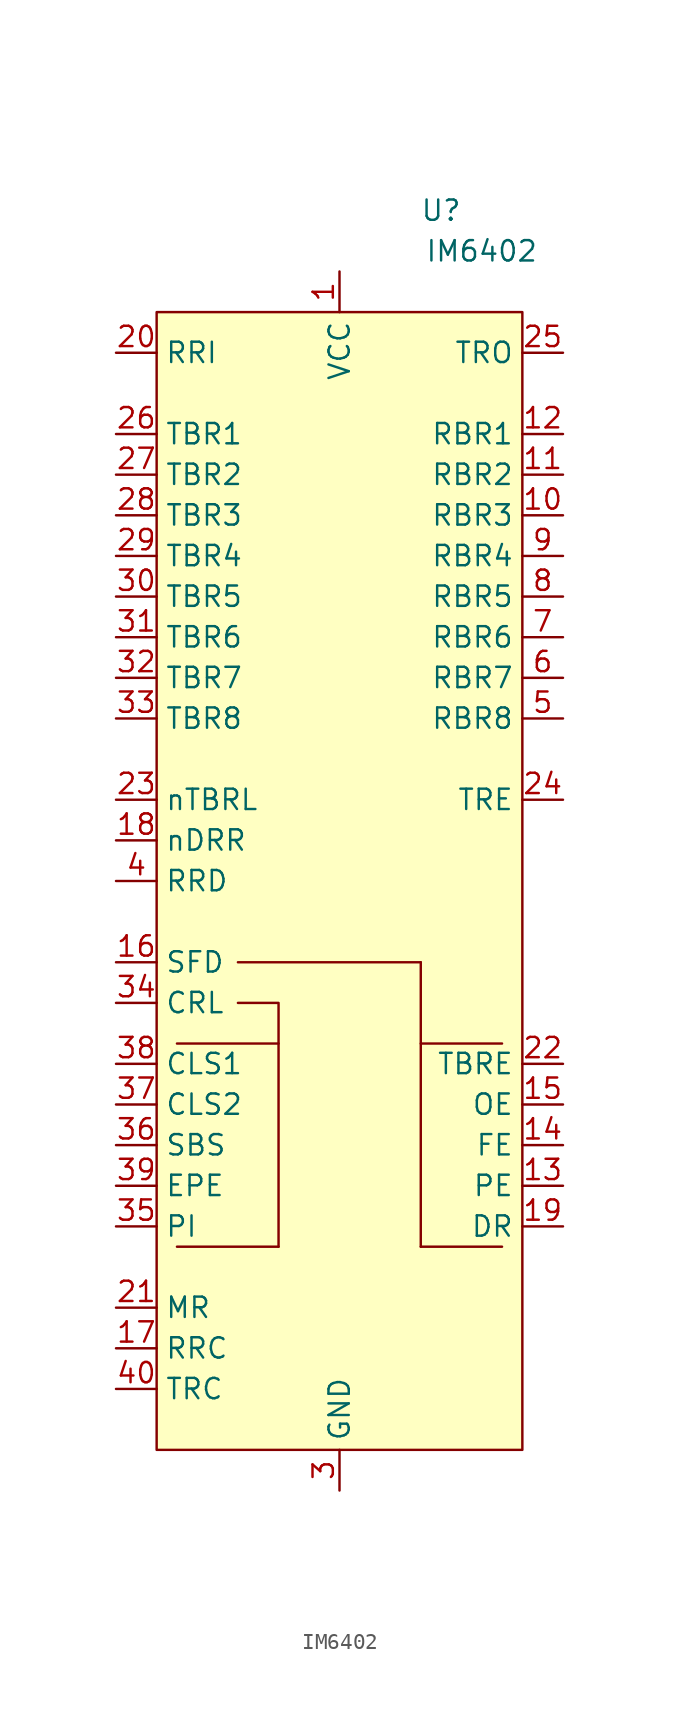
<source format=kicad_sym>
(kicad_symbol_lib
  (version 20211014)
  (generator kicad_symbol_editor)
  (symbol "IM6402"
    (property "Reference" "U"
      (at 20.32 13.97 0)
      (effects (font (size 1.27 1.27))))
    (property "Value" "IM6402"
      (at 22.86 11.43 0)
      (effects (font (size 1.27 1.27))))
    (symbol "IM6402_0_1"
      (polyline (pts (xy 7.62 -33.02) (xy 19.05 -33.02)) (stroke (width 0) (type default) (color 0 0 0 0)) (fill (type none)))
      (polyline (pts (xy 10.16 -50.8) (xy 3.81 -50.8)) (stroke (width 0) (type default) (color 0 0 0 0)) (fill (type none)))
      (polyline (pts (xy 10.16 -38.1) (xy 3.81 -38.1)) (stroke (width 0) (type default) (color 0 0 0 0)) (fill (type none)))
      (polyline (pts (xy 19.05 -50.8) (xy 24.13 -50.8)) (stroke (width 0) (type default) (color 0 0 0 0)) (fill (type none)))
      (polyline (pts (xy 19.05 -38.1) (xy 24.13 -38.1)) (stroke (width 0) (type default) (color 0 0 0 0)) (fill (type none)))
      (polyline (pts (xy 19.05 -33.02) (xy 19.05 -50.8)) (stroke (width 0) (type default) (color 0 0 0 0)) (fill (type none)))
      (polyline (pts (xy 7.62 -35.56) (xy 10.16 -35.56) (xy 10.16 -50.8)) (stroke (width 0) (type default) (color 0 0 0 0)) (fill (type none)))
      (rectangle (start 2.54 7.62) (end 25.4 -63.5) (stroke (width 0) (type default) (color 0 0 0 0)) (fill (type background))))
    (symbol "IM6402_1_1"
      (pin passive line (at 13.97 10.16 270) (length 2.54) (name "VCC" (effects (font (size 1.27 1.27)))) (number "1" (effects (font (size 1.27 1.27)))))
      (pin output line (at 27.94 -5.08 180) (length 2.54) (name "RBR3" (effects (font (size 1.27 1.27)))) (number "10" (effects (font (size 1.27 1.27)))))
      (pin output line (at 27.94 -2.54 180) (length 2.54) (name "RBR2" (effects (font (size 1.27 1.27)))) (number "11" (effects (font (size 1.27 1.27)))))
      (pin output line (at 27.94 0 180) (length 2.54) (name "RBR1" (effects (font (size 1.27 1.27)))) (number "12" (effects (font (size 1.27 1.27)))))
      (pin output line (at 27.94 -46.99 180) (length 2.54) (name "PE" (effects (font (size 1.27 1.27)))) (number "13" (effects (font (size 1.27 1.27)))))
      (pin output line (at 27.94 -44.45 180) (length 2.54) (name "FE" (effects (font (size 1.27 1.27)))) (number "14" (effects (font (size 1.27 1.27)))))
      (pin output line (at 27.94 -41.91 180) (length 2.54) (name "OE" (effects (font (size 1.27 1.27)))) (number "15" (effects (font (size 1.27 1.27)))))
      (pin input line (at 0 -33.02 0) (length 2.54) (name "SFD" (effects (font (size 1.27 1.27)))) (number "16" (effects (font (size 1.27 1.27)))))
      (pin input line (at 0 -57.15 0) (length 2.54) (name "RRC" (effects (font (size 1.27 1.27)))) (number "17" (effects (font (size 1.27 1.27)))))
      (pin input line (at 0 -25.4 0) (length 2.54) (name "nDRR" (effects (font (size 1.27 1.27)))) (number "18" (effects (font (size 1.27 1.27)))))
      (pin output line (at 27.94 -49.53 180) (length 2.54) (name "DR" (effects (font (size 1.27 1.27)))) (number "19" (effects (font (size 1.27 1.27)))))
      (pin input line (at 0 5.08 0) (length 2.54) (name "RRI" (effects (font (size 1.27 1.27)))) (number "20" (effects (font (size 1.27 1.27)))))
      (pin input line (at 0 -54.61 0) (length 2.54) (name "MR" (effects (font (size 1.27 1.27)))) (number "21" (effects (font (size 1.27 1.27)))))
      (pin output line (at 27.94 -39.37 180) (length 2.54) (name "TBRE" (effects (font (size 1.27 1.27)))) (number "22" (effects (font (size 1.27 1.27)))))
      (pin input line (at 0 -22.86 0) (length 2.54) (name "nTBRL" (effects (font (size 1.27 1.27)))) (number "23" (effects (font (size 1.27 1.27)))))
      (pin output line (at 27.94 -22.86 180) (length 2.54) (name "TRE" (effects (font (size 1.27 1.27)))) (number "24" (effects (font (size 1.27 1.27)))))
      (pin output line (at 27.94 5.08 180) (length 2.54) (name "TRO" (effects (font (size 1.27 1.27)))) (number "25" (effects (font (size 1.27 1.27)))))
      (pin input line (at 0 0 0) (length 2.54) (name "TBR1" (effects (font (size 1.27 1.27)))) (number "26" (effects (font (size 1.27 1.27)))))
      (pin input line (at 0 -2.54 0) (length 2.54) (name "TBR2" (effects (font (size 1.27 1.27)))) (number "27" (effects (font (size 1.27 1.27)))))
      (pin input line (at 0 -5.08 0) (length 2.54) (name "TBR3" (effects (font (size 1.27 1.27)))) (number "28" (effects (font (size 1.27 1.27)))))
      (pin input line (at 0 -7.62 0) (length 2.54) (name "TBR4" (effects (font (size 1.27 1.27)))) (number "29" (effects (font (size 1.27 1.27)))))
      (pin passive line (at 13.97 -66.04 90) (length 2.54) (name "GND" (effects (font (size 1.27 1.27)))) (number "3" (effects (font (size 1.27 1.27)))))
      (pin input line (at 0 -10.16 0) (length 2.54) (name "TBR5" (effects (font (size 1.27 1.27)))) (number "30" (effects (font (size 1.27 1.27)))))
      (pin input line (at 0 -12.7 0) (length 2.54) (name "TBR6" (effects (font (size 1.27 1.27)))) (number "31" (effects (font (size 1.27 1.27)))))
      (pin input line (at 0 -15.24 0) (length 2.54) (name "TBR7" (effects (font (size 1.27 1.27)))) (number "32" (effects (font (size 1.27 1.27)))))
      (pin input line (at 0 -17.78 0) (length 2.54) (name "TBR8" (effects (font (size 1.27 1.27)))) (number "33" (effects (font (size 1.27 1.27)))))
      (pin input line (at 0 -35.56 0) (length 2.54) (name "CRL" (effects (font (size 1.27 1.27)))) (number "34" (effects (font (size 1.27 1.27)))))
      (pin input line (at 0 -49.53 0) (length 2.54) (name "PI" (effects (font (size 1.27 1.27)))) (number "35" (effects (font (size 1.27 1.27)))))
      (pin input line (at 0 -44.45 0) (length 2.54) (name "SBS" (effects (font (size 1.27 1.27)))) (number "36" (effects (font (size 1.27 1.27)))))
      (pin input line (at 0 -41.91 0) (length 2.54) (name "CLS2" (effects (font (size 1.27 1.27)))) (number "37" (effects (font (size 1.27 1.27)))))
      (pin input line (at 0 -39.37 0) (length 2.54) (name "CLS1" (effects (font (size 1.27 1.27)))) (number "38" (effects (font (size 1.27 1.27)))))
      (pin input line (at 0 -46.99 0) (length 2.54) (name "EPE" (effects (font (size 1.27 1.27)))) (number "39" (effects (font (size 1.27 1.27)))))
      (pin input line (at 0 -27.94 0) (length 2.54) (name "RRD" (effects (font (size 1.27 1.27)))) (number "4" (effects (font (size 1.27 1.27)))))
      (pin input line (at 0 -59.69 0) (length 2.54) (name "TRC" (effects (font (size 1.27 1.27)))) (number "40" (effects (font (size 1.27 1.27)))))
      (pin output line (at 27.94 -17.78 180) (length 2.54) (name "RBR8" (effects (font (size 1.27 1.27)))) (number "5" (effects (font (size 1.27 1.27)))))
      (pin output line (at 27.94 -15.24 180) (length 2.54) (name "RBR7" (effects (font (size 1.27 1.27)))) (number "6" (effects (font (size 1.27 1.27)))))
      (pin output line (at 27.94 -12.7 180) (length 2.54) (name "RBR6" (effects (font (size 1.27 1.27)))) (number "7" (effects (font (size 1.27 1.27)))))
      (pin output line (at 27.94 -10.16 180) (length 2.54) (name "RBR5" (effects (font (size 1.27 1.27)))) (number "8" (effects (font (size 1.27 1.27)))))
      (pin output line (at 27.94 -7.62 180) (length 2.54) (name "RBR4" (effects (font (size 1.27 1.27)))) (number "9" (effects (font (size 1.27 1.27))))))))
</source>
